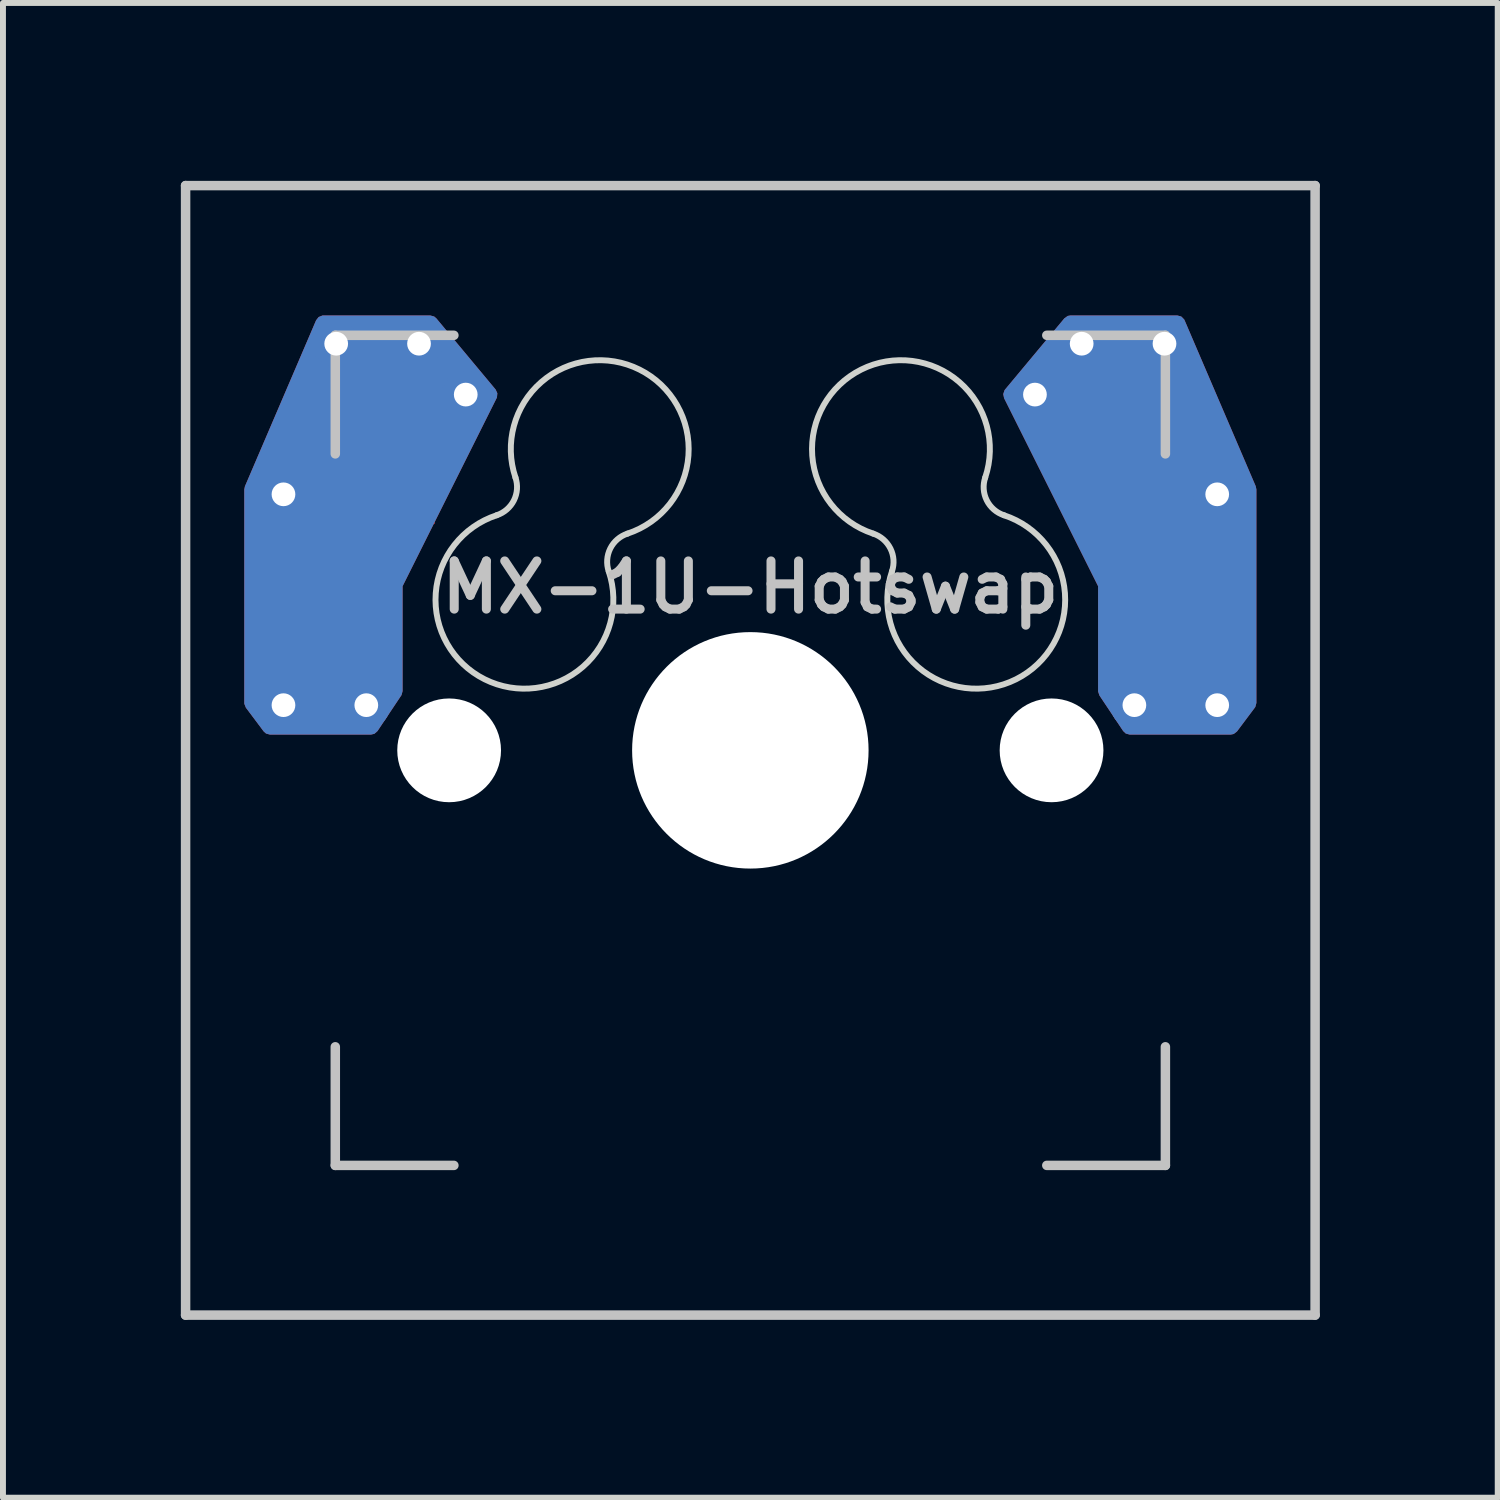
<source format=kicad_pcb>
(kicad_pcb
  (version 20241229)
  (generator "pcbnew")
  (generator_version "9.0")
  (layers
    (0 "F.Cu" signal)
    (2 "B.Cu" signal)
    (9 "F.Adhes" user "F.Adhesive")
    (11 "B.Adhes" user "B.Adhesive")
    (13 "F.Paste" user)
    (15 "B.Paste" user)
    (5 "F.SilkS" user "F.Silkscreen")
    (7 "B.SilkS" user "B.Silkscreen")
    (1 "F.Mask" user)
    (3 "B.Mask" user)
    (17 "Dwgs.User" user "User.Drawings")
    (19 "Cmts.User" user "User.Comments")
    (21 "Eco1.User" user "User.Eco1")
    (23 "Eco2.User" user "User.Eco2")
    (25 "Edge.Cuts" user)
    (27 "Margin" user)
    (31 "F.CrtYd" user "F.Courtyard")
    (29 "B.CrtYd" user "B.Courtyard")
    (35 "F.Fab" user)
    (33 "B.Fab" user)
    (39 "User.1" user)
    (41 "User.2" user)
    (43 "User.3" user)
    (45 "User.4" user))
  (footprint "MX-1U-Hotswap"
    (layer "F.Cu")
    (at 9.605 9.605)
    (property "Reference" "MX-1U-Hotswap" (at 0 -2.75 0) (layer "Dwgs.User") (effects (font (size 0.813 0.813) (thickness 0.152))))
    (attr through_hole)
    (fp_line (start -9.525 -9.525) (end 9.525 -9.525) (stroke (width 0.16) (type solid)) (layer "Dwgs.User"))
    (fp_line (start -9.525 9.525) (end -9.525 -9.525) (stroke (width 0.16) (type solid)) (layer "Dwgs.User"))
    (fp_line (start -7 -7) (end -7 -5) (stroke (width 0.16) (type solid)) (layer "Dwgs.User"))
    (fp_line (start -7 5) (end -7 7) (stroke (width 0.16) (type solid)) (layer "Dwgs.User"))
    (fp_line (start -7 7) (end -5 7) (stroke (width 0.16) (type solid)) (layer "Dwgs.User"))
    (fp_line (start -5 -7) (end -7 -7) (stroke (width 0.16) (type solid)) (layer "Dwgs.User"))
    (fp_line (start 5 -7) (end 7 -7) (stroke (width 0.16) (type solid)) (layer "Dwgs.User"))
    (fp_line (start 5 7) (end 7 7) (stroke (width 0.16) (type solid)) (layer "Dwgs.User"))
    (fp_line (start 7 -7) (end 7 -5) (stroke (width 0.16) (type solid)) (layer "Dwgs.User"))
    (fp_line (start 7 7) (end 7 5) (stroke (width 0.16) (type solid)) (layer "Dwgs.User"))
    (fp_line (start 9.525 -9.525) (end 9.525 9.525) (stroke (width 0.16) (type solid)) (layer "Dwgs.User"))
    (fp_line (start 9.525 9.525) (end -9.525 9.525) (stroke (width 0.16) (type solid)) (layer "Dwgs.User"))
    (fp_line (start -1.191 -1.191) (end 1.191 1.191) (stroke (width 0.16) (type solid)) (layer "Cmts.User"))
    (fp_line (start -1.191 1.191) (end 1.191 -1.191) (stroke (width 0.16) (type solid)) (layer "Cmts.User"))
    (fp_arc (start -3.96108 -4.600241) (mid -3.987242 -4.216863) (end -4.277581 -3.965135) (stroke (width 0.1) (type solid)) (layer "Edge.Cuts"))
    (fp_arc (start -3.96108 -4.600241) (mid -1.869375 -6.421603) (end -2.070859 -3.655379) (stroke (width 0.1) (type solid)) (layer "Edge.Cuts"))
    (fp_arc (start -2.389 -3.02) (mid -4.481247 -1.198706) (end -4.277581 -3.965135) (stroke (width 0.1) (type solid)) (layer "Edge.Cuts"))
    (fp_arc (start -2.389 -3.02) (mid -2.362333 -3.403985) (end -2.070858 -3.655378) (stroke (width 0.1) (type solid)) (layer "Edge.Cuts"))
    (fp_arc (start 2.070858 -3.655378) (mid 2.362333 -3.403985) (end 2.389 -3.02) (stroke (width 0.1) (type solid)) (layer "Edge.Cuts"))
    (fp_arc (start 2.070859 -3.655379) (mid 1.869375 -6.421604) (end 3.96108 -4.600241) (stroke (width 0.1) (type solid)) (layer "Edge.Cuts"))
    (fp_arc (start 4.277581 -3.965135) (mid 4.481247 -1.198706) (end 2.389 -3.02) (stroke (width 0.1) (type solid)) (layer "Edge.Cuts"))
    (fp_arc (start 4.277581 -3.965135) (mid 3.987242 -4.216863) (end 3.96108 -4.600241) (stroke (width 0.1) (type solid)) (layer "Edge.Cuts"))
    (pad "" np_thru_hole circle (at -5.08 0 48) (size 1.75 1.75) (drill 1.75) (layers "*.Cu" "*.Mask"))
    (pad "" np_thru_hole circle (at 0 0) (size 3.988 3.988) (drill 3.988) (layers "*.Cu" "*.Mask"))
    (pad "" np_thru_hole circle (at 5.08 0 48) (size 1.75 1.75) (drill 1.75) (layers "*.Cu" "*.Mask"))
    (pad "1" thru_hole circle (at -7.874 -4.318) (size 0.8 0.8) (drill 0.4) (layers "*.Cu"))
    (pad "1" thru_hole circle (at -7.874 -0.762) (size 0.8 0.8) (drill 0.4) (layers "*.Cu"))
    (pad "1" smd custom (at -7.285 -2.54 180) (size 2.35 2.5) (layers "B.Cu") (options (anchor rect)) (primitives (gr_poly (pts (xy -1.285 -1.54) (xy -1.285 0.26) (xy -2.885 3.46) (xy -1.885 4.66) (xy -0.085 4.66) (xy 1.115 1.86) (xy 1.115 -1.74) (xy 0.815 -2.14) (xy -0.885 -2.14)) (width 0.27) (fill yes))))
    (pad "1" smd rect (at -7.2 -2.54 180) (size 2.35 2.5) (layers "B.Cu" "B.Mask" "B.Paste"))
    (pad "1" thru_hole circle (at -6.985 -6.858) (size 0.8 0.8) (drill 0.4) (layers "*.Cu"))
    (pad "1" smd custom (at -6.499 -5.067 180) (size 2.15 2.5) (layers "F.Cu") (options (anchor rect)) (primitives (gr_poly (pts (xy -0.499 -4.067) (xy -0.499 -2.267) (xy -2.099 0.933) (xy -1.099 2.133) (xy 0.701 2.133) (xy 1.901 -0.667) (xy 1.901 -4.267) (xy 1.601 -4.667) (xy -0.099 -4.667)) (width 0.27) (fill yes))))
    (pad "1" thru_hole circle (at -6.477 -0.762) (size 0.8 0.8) (drill 0.4) (layers "*.Cu"))
    (pad "1" smd rect (at -6.399 -5.067 180) (size 2.15 2.5) (layers "F.Cu" "F.Mask" "F.Paste"))
    (pad "1" thru_hole circle (at -5.588 -6.858) (size 0.8 0.8) (drill 0.4) (layers "*.Cu"))
    (pad "1" thru_hole circle (at -4.8 -6) (size 0.8 0.8) (drill 0.4) (layers "*.Cu"))
    (pad "2" thru_hole circle (at 4.8 -6) (size 0.8 0.8) (drill 0.4) (layers "*.Cu"))
    (pad "2" thru_hole circle (at 5.588 -6.858) (size 0.8 0.8) (drill 0.4) (layers "*.Cu"))
    (pad "2" smd rect (at 6.425 -5.067) (size 2.15 2.5) (layers "B.Cu" "B.Mask" "B.Paste"))
    (pad "2" smd custom (at 6.425 -5.067 180) (size 2.15 2.5) (layers "B.Cu") (options (anchor rect)) (primitives (gr_poly (pts (xy 0.425 -4.067) (xy 0.425 -2.267) (xy 2.025 0.933) (xy 1.025 2.133) (xy -0.775 2.133) (xy -1.975 -0.667) (xy -1.975 -4.267) (xy -1.675 -4.667) (xy 0.025 -4.667)) (width 0.27) (fill yes))))
    (pad "2" thru_hole circle (at 6.477 -0.762) (size 0.8 0.8) (drill 0.4) (layers "*.Cu"))
    (pad "2" thru_hole circle (at 6.985 -6.858) (size 0.8 0.8) (drill 0.4) (layers "*.Cu"))
    (pad "2" smd rect (at 7.212 -2.54) (size 2.35 2.5) (layers "F.Cu" "F.Mask" "F.Paste"))
    (pad "2" smd custom (at 7.212 -2.54 180) (size 2.35 2.5) (layers "F.Cu") (options (anchor rect)) (primitives (gr_poly (pts (xy 1.212 -1.54) (xy 1.212 0.26) (xy 2.812 3.46) (xy 1.812 4.66) (xy 0.012 4.66) (xy -1.188 1.86) (xy -1.188 -1.74) (xy -0.888 -2.14) (xy 0.812 -2.14)) (width 0.27) (fill yes))))
    (pad "2" thru_hole circle (at 7.874 -4.318) (size 0.8 0.8) (drill 0.4) (layers "*.Cu"))
    (pad "2" thru_hole circle (at 7.874 -0.762) (size 0.8 0.8) (drill 0.4) (layers "*.Cu")))
  (gr_rect
    (start -3 -3)
    (end 22.21 22.21)
    (stroke (width 0.1) (type default))
    (fill no)
    (layer "Edge.Cuts")))
</source>
